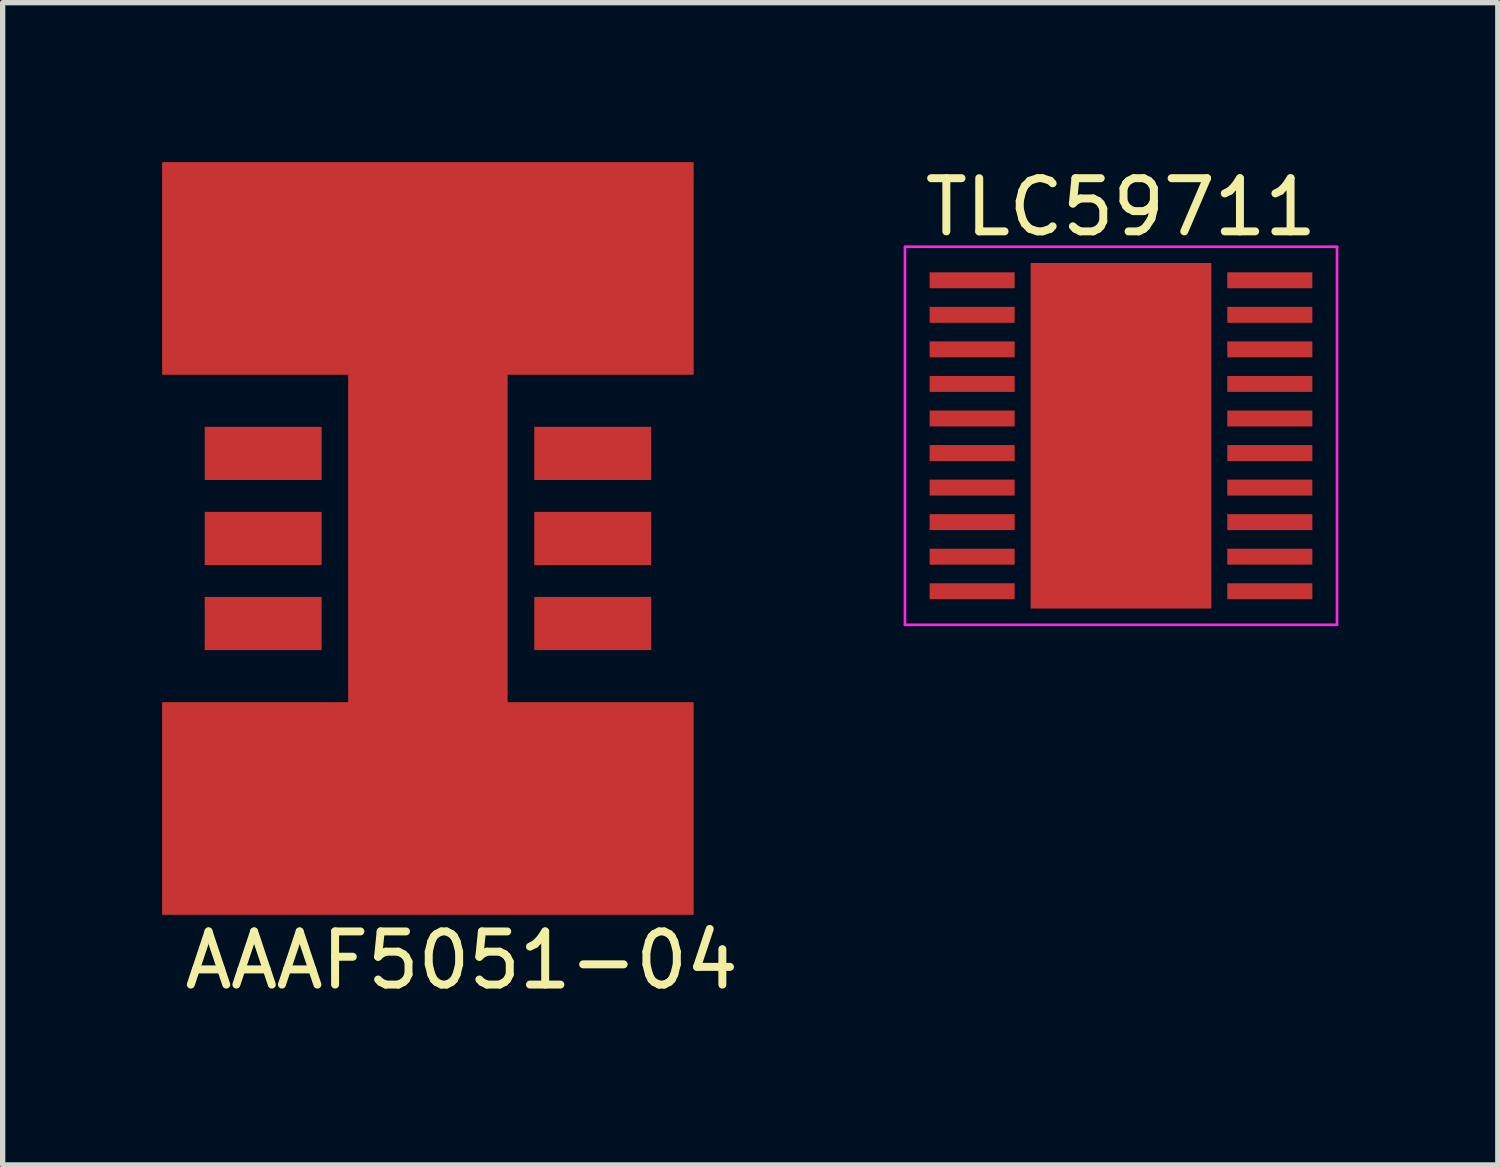
<source format=kicad_pcb>
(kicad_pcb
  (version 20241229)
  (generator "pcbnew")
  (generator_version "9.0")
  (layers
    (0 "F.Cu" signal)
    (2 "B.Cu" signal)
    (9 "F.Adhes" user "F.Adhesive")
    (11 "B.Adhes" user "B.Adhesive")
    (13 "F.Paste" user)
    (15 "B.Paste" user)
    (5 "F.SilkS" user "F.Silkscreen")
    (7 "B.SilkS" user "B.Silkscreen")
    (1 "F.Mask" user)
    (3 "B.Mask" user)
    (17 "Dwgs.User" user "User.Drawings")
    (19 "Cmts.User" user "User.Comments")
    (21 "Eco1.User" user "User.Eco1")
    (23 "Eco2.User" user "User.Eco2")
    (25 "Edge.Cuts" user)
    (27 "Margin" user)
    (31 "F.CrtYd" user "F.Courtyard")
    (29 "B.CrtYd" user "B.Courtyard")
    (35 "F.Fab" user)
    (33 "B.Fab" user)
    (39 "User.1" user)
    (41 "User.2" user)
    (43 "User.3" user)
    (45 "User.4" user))
  (footprint "TLC59711"
    (layer "F.Cu")
    (at 18.039 5.148)
    (property "Reference" "TLC59711" (at 0 -4.3 0) (layer "F.SilkS") (effects (font (size 1 1) (thickness 0.15))))
    (attr smd)
    (fp_line (start -4.064 -3.556) (end 4.064 -3.556) (stroke (width 0.05) (type solid)) (layer "F.CrtYd"))
    (fp_line (start -4.064 -3.544) (end -4.064 3.556) (stroke (width 0.05) (type solid)) (layer "F.CrtYd"))
    (fp_line (start -4.064 3.556) (end 4.064 3.556) (stroke (width 0.05) (type solid)) (layer "F.CrtYd"))
    (fp_line (start 4.064 -3.55) (end 4.064 3.55) (stroke (width 0.05) (type solid)) (layer "F.CrtYd"))
    (pad "" smd rect (at -1.339 -0.005) (size 0.325 3.43) (layers "F.Mask"))
    (pad "" smd rect (at 0 -2.286) (size 3.4 1.535) (layers "F.Mask"))
    (pad "" smd rect (at 0 0 90) (size 6.5 3.4) (layers "F.Cu" "F.Mask" "F.Paste"))
    (pad "" smd rect (at 0 2.286) (size 3.4 1.535) (layers "F.Mask"))
    (pad "" smd rect (at 1.336 0) (size 0.325 3.43) (layers "F.Mask"))
    (pad "1" smd rect (at -2.8 -2.925) (size 1.6 0.3) (layers "F.Cu" "F.Mask" "F.Paste"))
    (pad "2" smd rect (at 2.8 -2.925) (size 1.6 0.3) (layers "F.Cu" "F.Mask" "F.Paste"))
    (pad "3" smd rect (at -2.8 -2.275) (size 1.6 0.3) (layers "F.Cu" "F.Mask" "F.Paste"))
    (pad "4" smd rect (at 2.8 -2.275) (size 1.6 0.3) (layers "F.Cu" "F.Mask" "F.Paste"))
    (pad "5" smd rect (at -2.8 -1.625) (size 1.6 0.3) (layers "F.Cu" "F.Mask" "F.Paste"))
    (pad "6" smd rect (at 2.8 -1.625) (size 1.6 0.3) (layers "F.Cu" "F.Mask" "F.Paste"))
    (pad "7" smd rect (at -2.8 -0.975) (size 1.6 0.3) (layers "F.Cu" "F.Mask" "F.Paste"))
    (pad "8" smd rect (at 2.8 -0.975) (size 1.6 0.3) (layers "F.Cu" "F.Mask" "F.Paste"))
    (pad "9" smd rect (at -2.8 -0.325) (size 1.6 0.3) (layers "F.Cu" "F.Mask" "F.Paste"))
    (pad "10" smd rect (at 2.8 -0.325) (size 1.6 0.3) (layers "F.Cu" "F.Mask" "F.Paste"))
    (pad "11" smd rect (at -2.8 0.325) (size 1.6 0.3) (layers "F.Cu" "F.Mask" "F.Paste"))
    (pad "12" smd rect (at 2.8 0.325) (size 1.6 0.3) (layers "F.Cu" "F.Mask" "F.Paste"))
    (pad "13" smd rect (at -2.8 0.975) (size 1.6 0.3) (layers "F.Cu" "F.Mask" "F.Paste"))
    (pad "14" smd rect (at 2.8 0.975) (size 1.6 0.3) (layers "F.Cu" "F.Mask" "F.Paste"))
    (pad "15" smd rect (at -2.8 1.625) (size 1.6 0.3) (layers "F.Cu" "F.Mask" "F.Paste"))
    (pad "16" smd rect (at 2.8 1.625) (size 1.6 0.3) (layers "F.Cu" "F.Mask" "F.Paste"))
    (pad "17" smd rect (at -2.8 2.275) (size 1.6 0.3) (layers "F.Cu" "F.Mask" "F.Paste"))
    (pad "18" smd rect (at 2.8 2.275) (size 1.6 0.3) (layers "F.Cu" "F.Mask" "F.Paste"))
    (pad "19" smd rect (at -2.8 2.925) (size 1.6 0.3) (layers "F.Cu" "F.Mask" "F.Paste"))
    (pad "20" smd rect (at 2.8 2.925) (size 1.6 0.3) (layers "F.Cu" "F.Mask" "F.Paste")))
  (footprint "AAAF5051-04"
    (layer "F.Cu")
    (at 5 7.08)
    (property "Reference" "AAAF5051-04" (at 0.635 7.938 0) (layer "F.SilkS") (effects (font (size 1 1) (thickness 0.15))))
    (attr through_hole)
    (fp_line (start -1.651 -1.968) (end 1.651 -1.968) (stroke (width 0.1) (type solid)) (layer "F.Mask"))
    (fp_line (start -1.651 -1.869) (end 1.651 -1.869) (stroke (width 0.1) (type solid)) (layer "F.Mask"))
    (fp_line (start -1.651 -1.768) (end 1.651 -1.768) (stroke (width 0.1) (type solid)) (layer "F.Mask"))
    (fp_line (start -1.651 -1.669) (end 1.651 -1.669) (stroke (width 0.1) (type solid)) (layer "F.Mask"))
    (fp_line (start -1.651 -1.569) (end 1.651 -1.569) (stroke (width 0.1) (type solid)) (layer "F.Mask"))
    (fp_line (start -1.651 -1.468) (end 1.651 -1.468) (stroke (width 0.1) (type solid)) (layer "F.Mask"))
    (fp_line (start -1.651 -1.369) (end 1.651 -1.369) (stroke (width 0.1) (type solid)) (layer "F.Mask"))
    (fp_line (start -1.651 -1.268) (end 1.651 -1.268) (stroke (width 0.1) (type solid)) (layer "F.Mask"))
    (fp_line (start -1.651 -1.169) (end 1.651 -1.169) (stroke (width 0.1) (type solid)) (layer "F.Mask"))
    (fp_line (start -1.651 -1.069) (end 1.651 -1.069) (stroke (width 0.1) (type solid)) (layer "F.Mask"))
    (fp_line (start -1.651 -0.969) (end 1.651 -0.969) (stroke (width 0.1) (type solid)) (layer "F.Mask"))
    (fp_line (start -1.651 -0.869) (end 1.651 -0.869) (stroke (width 0.1) (type solid)) (layer "F.Mask"))
    (fp_line (start -1.651 -0.768) (end 1.651 -0.768) (stroke (width 0.1) (type solid)) (layer "F.Mask"))
    (fp_line (start -1.651 -0.668) (end 1.651 -0.668) (stroke (width 0.1) (type solid)) (layer "F.Mask"))
    (fp_line (start -1.651 -0.569) (end 1.651 -0.569) (stroke (width 0.1) (type solid)) (layer "F.Mask"))
    (fp_line (start -1.651 -0.469) (end 1.651 -0.469) (stroke (width 0.1) (type solid)) (layer "F.Mask"))
    (fp_line (start -1.651 -0.368) (end 1.651 -0.368) (stroke (width 0.1) (type solid)) (layer "F.Mask"))
    (fp_line (start -1.651 -0.269) (end 1.651 -0.269) (stroke (width 0.1) (type solid)) (layer "F.Mask"))
    (fp_line (start -1.651 -0.169) (end 1.651 -0.169) (stroke (width 0.1) (type solid)) (layer "F.Mask"))
    (fp_line (start -1.651 -0.069) (end 1.651 -0.069) (stroke (width 0.1) (type solid)) (layer "F.Mask"))
    (fp_line (start -1.651 0.032) (end 1.651 0.032) (stroke (width 0.1) (type solid)) (layer "F.Mask"))
    (fp_line (start -1.651 0.132) (end 1.651 0.132) (stroke (width 0.1) (type solid)) (layer "F.Mask"))
    (fp_line (start -1.651 0.232) (end 1.651 0.232) (stroke (width 0.1) (type solid)) (layer "F.Mask"))
    (fp_line (start -1.651 0.332) (end 1.651 0.332) (stroke (width 0.1) (type solid)) (layer "F.Mask"))
    (fp_line (start -1.651 0.431) (end 1.651 0.431) (stroke (width 0.1) (type solid)) (layer "F.Mask"))
    (fp_line (start -1.651 0.531) (end 1.651 0.531) (stroke (width 0.1) (type solid)) (layer "F.Mask"))
    (fp_line (start -1.651 0.631) (end 1.651 0.631) (stroke (width 0.1) (type solid)) (layer "F.Mask"))
    (fp_line (start -1.651 0.732) (end 1.651 0.732) (stroke (width 0.1) (type solid)) (layer "F.Mask"))
    (fp_line (start -1.651 0.832) (end 1.651 0.832) (stroke (width 0.1) (type solid)) (layer "F.Mask"))
    (fp_line (start -1.651 0.931) (end 1.651 0.931) (stroke (width 0.1) (type solid)) (layer "F.Mask"))
    (fp_line (start -1.651 1.032) (end 1.651 1.032) (stroke (width 0.1) (type solid)) (layer "F.Mask"))
    (fp_line (start -1.651 1.131) (end 1.651 1.131) (stroke (width 0.1) (type solid)) (layer "F.Mask"))
    (fp_line (start -1.651 1.232) (end 1.651 1.232) (stroke (width 0.1) (type solid)) (layer "F.Mask"))
    (fp_line (start -1.651 1.331) (end 1.651 1.331) (stroke (width 0.1) (type solid)) (layer "F.Mask"))
    (fp_line (start -1.651 1.431) (end 1.651 1.431) (stroke (width 0.1) (type solid)) (layer "F.Mask"))
    (fp_line (start -1.651 1.532) (end 1.651 1.532) (stroke (width 0.1) (type solid)) (layer "F.Mask"))
    (fp_line (start -1.651 1.631) (end 1.651 1.631) (stroke (width 0.1) (type solid)) (layer "F.Mask"))
    (fp_line (start -1.651 1.732) (end 1.651 1.732) (stroke (width 0.1) (type solid)) (layer "F.Mask"))
    (fp_line (start -1.651 1.831) (end 1.651 1.831) (stroke (width 0.1) (type solid)) (layer "F.Mask"))
    (fp_line (start -1.651 1.931) (end 1.651 1.931) (stroke (width 0.1) (type solid)) (layer "F.Mask"))
    (pad "" smd rect (at 0 -5.08 90) (size 4 10) (layers "F.Cu" "F.Paste"))
    (pad "" smd rect (at 0 0) (size 3 6.2) (layers "F.Cu" "F.Paste"))
    (pad "" smd rect (at 0 5.08 90) (size 4 10) (layers "F.Cu" "F.Paste"))
    (pad "1" smd rect (at 3.101 1.6) (size 2.2 1) (layers "F.Cu" "F.Mask" "F.Paste"))
    (pad "2" smd rect (at 3.101 -0.0002) (size 2.2 1) (layers "F.Cu" "F.Mask" "F.Paste"))
    (pad "3" smd rect (at 3.101 -1.6) (size 2.2 1) (layers "F.Cu" "F.Mask" "F.Paste"))
    (pad "4" smd rect (at -3.099 -1.6) (size 2.2 1) (layers "F.Cu" "F.Mask" "F.Paste"))
    (pad "5" smd rect (at -3.099 -0.0002) (size 2.2 1) (layers "F.Cu" "F.Mask" "F.Paste"))
    (pad "6" smd rect (at -3.099 1.6) (size 2.2 1) (layers "F.Cu" "F.Mask" "F.Paste")))
  (gr_rect
    (start -3 -3)
    (end 25.128 18.866)
    (stroke (width 0.1) (type default))
    (fill no)
    (layer "Edge.Cuts")))
</source>
